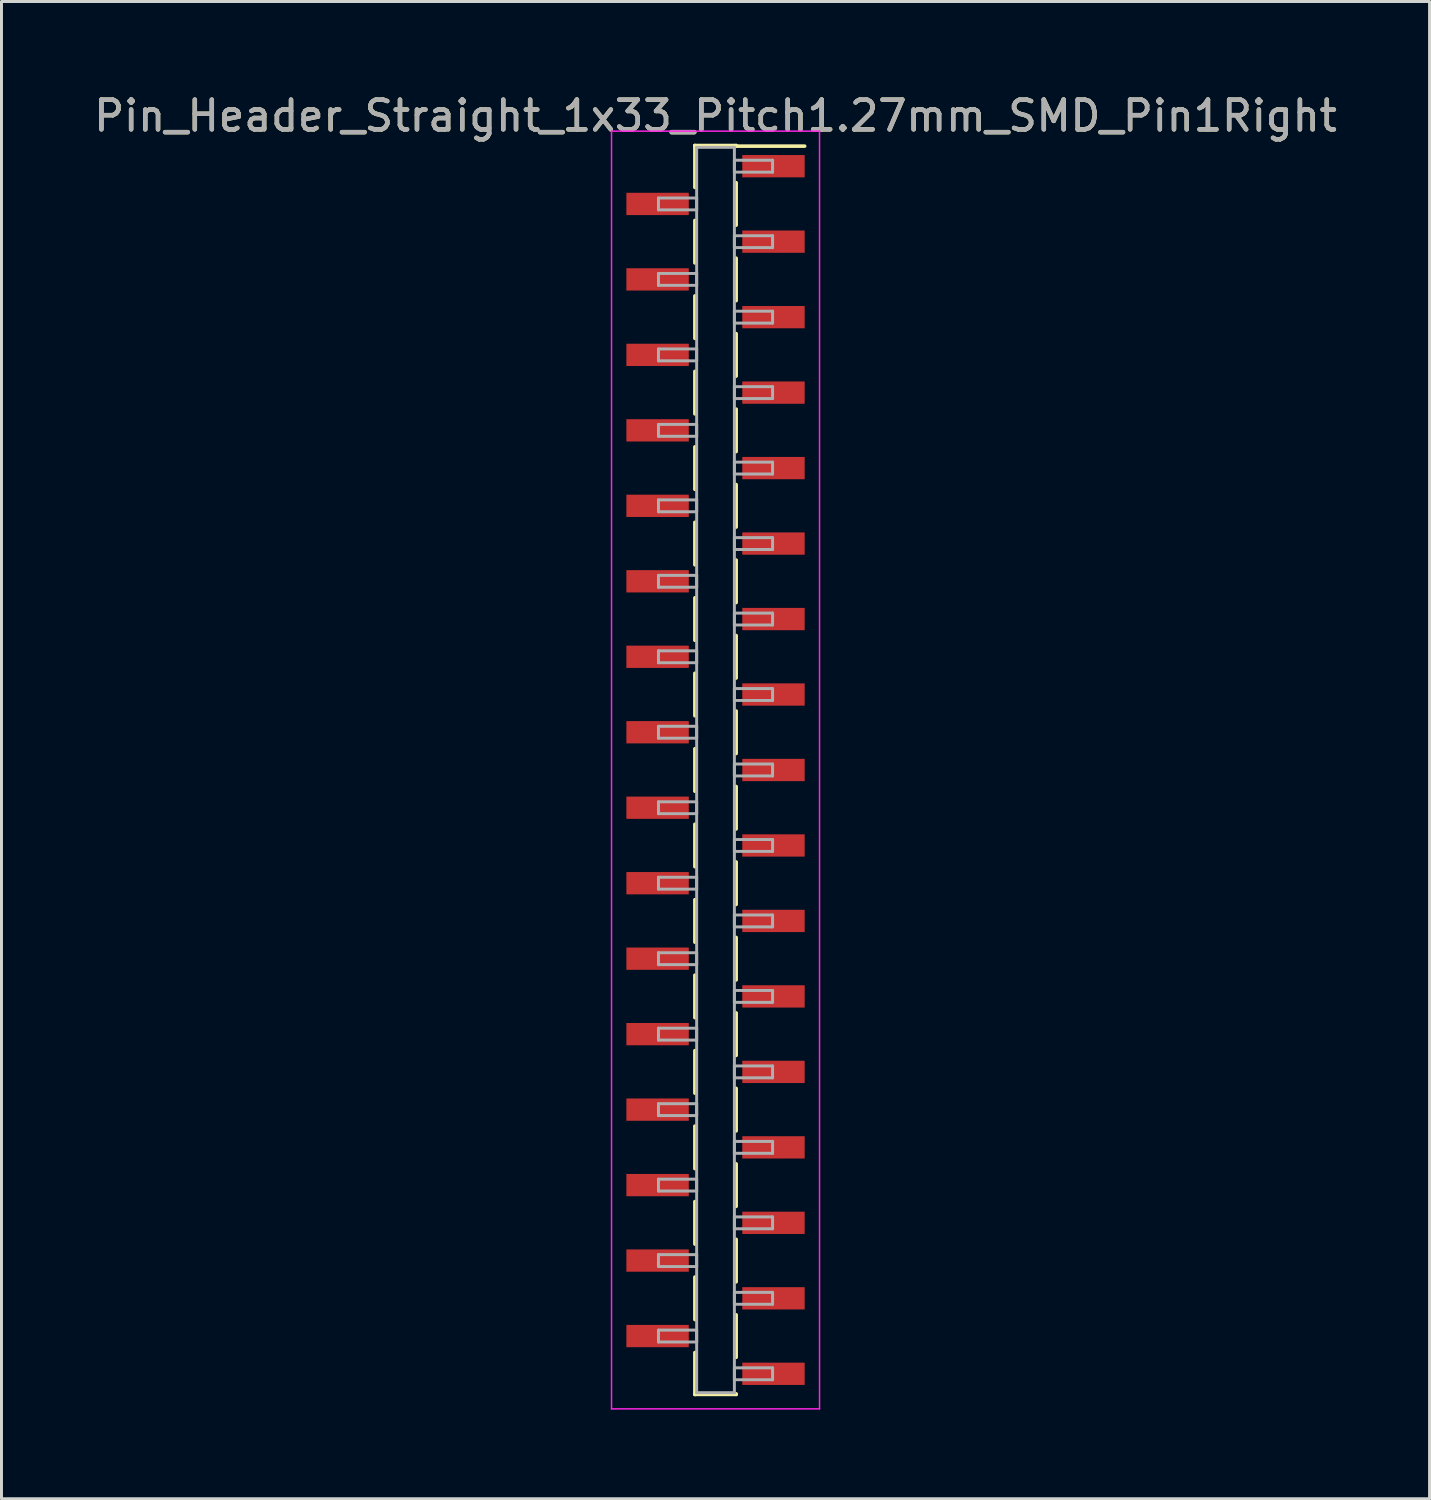
<source format=kicad_pcb>
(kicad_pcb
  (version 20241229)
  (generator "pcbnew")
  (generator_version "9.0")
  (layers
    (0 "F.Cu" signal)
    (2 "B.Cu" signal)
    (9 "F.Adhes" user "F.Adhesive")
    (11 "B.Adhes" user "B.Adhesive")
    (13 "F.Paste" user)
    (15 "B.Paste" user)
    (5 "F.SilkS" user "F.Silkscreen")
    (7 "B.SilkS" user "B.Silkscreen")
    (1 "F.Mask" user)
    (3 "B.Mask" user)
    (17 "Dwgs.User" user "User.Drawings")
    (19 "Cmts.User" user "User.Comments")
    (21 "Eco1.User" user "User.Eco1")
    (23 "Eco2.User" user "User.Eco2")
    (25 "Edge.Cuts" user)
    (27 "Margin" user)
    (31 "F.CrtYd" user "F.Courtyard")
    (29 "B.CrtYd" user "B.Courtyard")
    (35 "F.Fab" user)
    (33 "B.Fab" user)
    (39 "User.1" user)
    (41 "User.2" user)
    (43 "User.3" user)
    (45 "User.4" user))
  (footprint "Pin_Header_Straight_1x33_Pitch1.27mm_SMD_Pin1Right"
    (layer "F.Cu")
    (at 21.03 22.863)
    (property "Reference" "Pin_Header_Straight_1x33_Pitch1.27mm_SMD_Pin1Right" (at 0 -22.015 0) (layer "F.SilkS") (effects (font (size 1 1) (thickness 0.15))))
    (attr smd)
    (fp_line (start -0.695 -21.015) (end -0.695 -19.605) (stroke (width 0.12) (type solid)) (layer "F.SilkS"))
    (fp_line (start -0.695 -21.015) (end 0.695 -21.015) (stroke (width 0.12) (type solid)) (layer "F.SilkS"))
    (fp_line (start -0.695 -20.995) (end -0.695 -21.015) (stroke (width 0.12) (type solid)) (layer "F.SilkS"))
    (fp_line (start -0.695 -18.495) (end -0.695 -17.065) (stroke (width 0.12) (type solid)) (layer "F.SilkS"))
    (fp_line (start -0.695 -15.955) (end -0.695 -14.525) (stroke (width 0.12) (type solid)) (layer "F.SilkS"))
    (fp_line (start -0.695 -13.415) (end -0.695 -11.985) (stroke (width 0.12) (type solid)) (layer "F.SilkS"))
    (fp_line (start -0.695 -10.875) (end -0.695 -9.445) (stroke (width 0.12) (type solid)) (layer "F.SilkS"))
    (fp_line (start -0.695 -8.335) (end -0.695 -6.905) (stroke (width 0.12) (type solid)) (layer "F.SilkS"))
    (fp_line (start -0.695 -5.795) (end -0.695 -4.365) (stroke (width 0.12) (type solid)) (layer "F.SilkS"))
    (fp_line (start -0.695 -3.255) (end -0.695 -1.825) (stroke (width 0.12) (type solid)) (layer "F.SilkS"))
    (fp_line (start -0.695 -0.715) (end -0.695 0.715) (stroke (width 0.12) (type solid)) (layer "F.SilkS"))
    (fp_line (start -0.695 1.825) (end -0.695 3.255) (stroke (width 0.12) (type solid)) (layer "F.SilkS"))
    (fp_line (start -0.695 4.365) (end -0.695 5.795) (stroke (width 0.12) (type solid)) (layer "F.SilkS"))
    (fp_line (start -0.695 6.905) (end -0.695 8.335) (stroke (width 0.12) (type solid)) (layer "F.SilkS"))
    (fp_line (start -0.695 9.445) (end -0.695 10.875) (stroke (width 0.12) (type solid)) (layer "F.SilkS"))
    (fp_line (start -0.695 11.985) (end -0.695 13.415) (stroke (width 0.12) (type solid)) (layer "F.SilkS"))
    (fp_line (start -0.695 14.525) (end -0.695 15.955) (stroke (width 0.12) (type solid)) (layer "F.SilkS"))
    (fp_line (start -0.695 17.065) (end -0.695 18.495) (stroke (width 0.12) (type solid)) (layer "F.SilkS"))
    (fp_line (start -0.695 19.605) (end -0.695 21.015) (stroke (width 0.12) (type solid)) (layer "F.SilkS"))
    (fp_line (start -0.695 20.995) (end -0.695 21.015) (stroke (width 0.12) (type solid)) (layer "F.SilkS"))
    (fp_line (start -0.695 21.015) (end 0.695 21.015) (stroke (width 0.12) (type solid)) (layer "F.SilkS"))
    (fp_line (start 0.695 -21.015) (end 0.695 -20.995) (stroke (width 0.12) (type solid)) (layer "F.SilkS"))
    (fp_line (start 0.695 -20.995) (end 3 -20.995) (stroke (width 0.12) (type solid)) (layer "F.SilkS"))
    (fp_line (start 0.695 -19.765) (end 0.695 -18.335) (stroke (width 0.12) (type solid)) (layer "F.SilkS"))
    (fp_line (start 0.695 -17.225) (end 0.695 -15.795) (stroke (width 0.12) (type solid)) (layer "F.SilkS"))
    (fp_line (start 0.695 -14.685) (end 0.695 -13.255) (stroke (width 0.12) (type solid)) (layer "F.SilkS"))
    (fp_line (start 0.695 -12.145) (end 0.695 -10.715) (stroke (width 0.12) (type solid)) (layer "F.SilkS"))
    (fp_line (start 0.695 -9.605) (end 0.695 -8.175) (stroke (width 0.12) (type solid)) (layer "F.SilkS"))
    (fp_line (start 0.695 -7.065) (end 0.695 -5.635) (stroke (width 0.12) (type solid)) (layer "F.SilkS"))
    (fp_line (start 0.695 -4.525) (end 0.695 -3.095) (stroke (width 0.12) (type solid)) (layer "F.SilkS"))
    (fp_line (start 0.695 -1.985) (end 0.695 -0.555) (stroke (width 0.12) (type solid)) (layer "F.SilkS"))
    (fp_line (start 0.695 0.555) (end 0.695 1.985) (stroke (width 0.12) (type solid)) (layer "F.SilkS"))
    (fp_line (start 0.695 3.095) (end 0.695 4.525) (stroke (width 0.12) (type solid)) (layer "F.SilkS"))
    (fp_line (start 0.695 5.635) (end 0.695 7.065) (stroke (width 0.12) (type solid)) (layer "F.SilkS"))
    (fp_line (start 0.695 8.175) (end 0.695 9.605) (stroke (width 0.12) (type solid)) (layer "F.SilkS"))
    (fp_line (start 0.695 10.715) (end 0.695 12.145) (stroke (width 0.12) (type solid)) (layer "F.SilkS"))
    (fp_line (start 0.695 13.255) (end 0.695 14.685) (stroke (width 0.12) (type solid)) (layer "F.SilkS"))
    (fp_line (start 0.695 15.795) (end 0.695 17.225) (stroke (width 0.12) (type solid)) (layer "F.SilkS"))
    (fp_line (start 0.695 18.335) (end 0.695 19.765) (stroke (width 0.12) (type solid)) (layer "F.SilkS"))
    (fp_line (start 0.695 21.015) (end 0.695 20.995) (stroke (width 0.12) (type solid)) (layer "F.SilkS"))
    (fp_line (start -3.5 -21.5) (end -3.5 21.5) (stroke (width 0.05) (type solid)) (layer "F.CrtYd"))
    (fp_line (start -3.5 21.5) (end 3.5 21.5) (stroke (width 0.05) (type solid)) (layer "F.CrtYd"))
    (fp_line (start 3.5 -21.5) (end -3.5 -21.5) (stroke (width 0.05) (type solid)) (layer "F.CrtYd"))
    (fp_line (start 3.5 21.5) (end 3.5 -21.5) (stroke (width 0.05) (type solid)) (layer "F.CrtYd"))
    (fp_line (start -1.92 -19.25) (end -0.635 -19.25) (stroke (width 0.1) (type solid)) (layer "F.Fab"))
    (fp_line (start -1.92 -18.85) (end -1.92 -19.25) (stroke (width 0.1) (type solid)) (layer "F.Fab"))
    (fp_line (start -1.92 -16.71) (end -0.635 -16.71) (stroke (width 0.1) (type solid)) (layer "F.Fab"))
    (fp_line (start -1.92 -16.31) (end -1.92 -16.71) (stroke (width 0.1) (type solid)) (layer "F.Fab"))
    (fp_line (start -1.92 -14.17) (end -0.635 -14.17) (stroke (width 0.1) (type solid)) (layer "F.Fab"))
    (fp_line (start -1.92 -13.77) (end -1.92 -14.17) (stroke (width 0.1) (type solid)) (layer "F.Fab"))
    (fp_line (start -1.92 -11.63) (end -0.635 -11.63) (stroke (width 0.1) (type solid)) (layer "F.Fab"))
    (fp_line (start -1.92 -11.23) (end -1.92 -11.63) (stroke (width 0.1) (type solid)) (layer "F.Fab"))
    (fp_line (start -1.92 -9.09) (end -0.635 -9.09) (stroke (width 0.1) (type solid)) (layer "F.Fab"))
    (fp_line (start -1.92 -8.69) (end -1.92 -9.09) (stroke (width 0.1) (type solid)) (layer "F.Fab"))
    (fp_line (start -1.92 -6.55) (end -0.635 -6.55) (stroke (width 0.1) (type solid)) (layer "F.Fab"))
    (fp_line (start -1.92 -6.15) (end -1.92 -6.55) (stroke (width 0.1) (type solid)) (layer "F.Fab"))
    (fp_line (start -1.92 -4.01) (end -0.635 -4.01) (stroke (width 0.1) (type solid)) (layer "F.Fab"))
    (fp_line (start -1.92 -3.61) (end -1.92 -4.01) (stroke (width 0.1) (type solid)) (layer "F.Fab"))
    (fp_line (start -1.92 -1.47) (end -0.635 -1.47) (stroke (width 0.1) (type solid)) (layer "F.Fab"))
    (fp_line (start -1.92 -1.07) (end -1.92 -1.47) (stroke (width 0.1) (type solid)) (layer "F.Fab"))
    (fp_line (start -1.92 1.07) (end -0.635 1.07) (stroke (width 0.1) (type solid)) (layer "F.Fab"))
    (fp_line (start -1.92 1.47) (end -1.92 1.07) (stroke (width 0.1) (type solid)) (layer "F.Fab"))
    (fp_line (start -1.92 3.61) (end -0.635 3.61) (stroke (width 0.1) (type solid)) (layer "F.Fab"))
    (fp_line (start -1.92 4.01) (end -1.92 3.61) (stroke (width 0.1) (type solid)) (layer "F.Fab"))
    (fp_line (start -1.92 6.15) (end -0.635 6.15) (stroke (width 0.1) (type solid)) (layer "F.Fab"))
    (fp_line (start -1.92 6.55) (end -1.92 6.15) (stroke (width 0.1) (type solid)) (layer "F.Fab"))
    (fp_line (start -1.92 8.69) (end -0.635 8.69) (stroke (width 0.1) (type solid)) (layer "F.Fab"))
    (fp_line (start -1.92 9.09) (end -1.92 8.69) (stroke (width 0.1) (type solid)) (layer "F.Fab"))
    (fp_line (start -1.92 11.23) (end -0.635 11.23) (stroke (width 0.1) (type solid)) (layer "F.Fab"))
    (fp_line (start -1.92 11.63) (end -1.92 11.23) (stroke (width 0.1) (type solid)) (layer "F.Fab"))
    (fp_line (start -1.92 13.77) (end -0.635 13.77) (stroke (width 0.1) (type solid)) (layer "F.Fab"))
    (fp_line (start -1.92 14.17) (end -1.92 13.77) (stroke (width 0.1) (type solid)) (layer "F.Fab"))
    (fp_line (start -1.92 16.31) (end -0.635 16.31) (stroke (width 0.1) (type solid)) (layer "F.Fab"))
    (fp_line (start -1.92 16.71) (end -1.92 16.31) (stroke (width 0.1) (type solid)) (layer "F.Fab"))
    (fp_line (start -1.92 18.85) (end -0.635 18.85) (stroke (width 0.1) (type solid)) (layer "F.Fab"))
    (fp_line (start -1.92 19.25) (end -1.92 18.85) (stroke (width 0.1) (type solid)) (layer "F.Fab"))
    (fp_line (start -0.635 -20.955) (end -0.635 20.955) (stroke (width 0.1) (type solid)) (layer "F.Fab"))
    (fp_line (start -0.635 -19.25) (end -0.635 -18.85) (stroke (width 0.1) (type solid)) (layer "F.Fab"))
    (fp_line (start -0.635 -18.85) (end -1.92 -18.85) (stroke (width 0.1) (type solid)) (layer "F.Fab"))
    (fp_line (start -0.635 -16.71) (end -0.635 -16.31) (stroke (width 0.1) (type solid)) (layer "F.Fab"))
    (fp_line (start -0.635 -16.31) (end -1.92 -16.31) (stroke (width 0.1) (type solid)) (layer "F.Fab"))
    (fp_line (start -0.635 -14.17) (end -0.635 -13.77) (stroke (width 0.1) (type solid)) (layer "F.Fab"))
    (fp_line (start -0.635 -13.77) (end -1.92 -13.77) (stroke (width 0.1) (type solid)) (layer "F.Fab"))
    (fp_line (start -0.635 -11.63) (end -0.635 -11.23) (stroke (width 0.1) (type solid)) (layer "F.Fab"))
    (fp_line (start -0.635 -11.23) (end -1.92 -11.23) (stroke (width 0.1) (type solid)) (layer "F.Fab"))
    (fp_line (start -0.635 -9.09) (end -0.635 -8.69) (stroke (width 0.1) (type solid)) (layer "F.Fab"))
    (fp_line (start -0.635 -8.69) (end -1.92 -8.69) (stroke (width 0.1) (type solid)) (layer "F.Fab"))
    (fp_line (start -0.635 -6.55) (end -0.635 -6.15) (stroke (width 0.1) (type solid)) (layer "F.Fab"))
    (fp_line (start -0.635 -6.15) (end -1.92 -6.15) (stroke (width 0.1) (type solid)) (layer "F.Fab"))
    (fp_line (start -0.635 -4.01) (end -0.635 -3.61) (stroke (width 0.1) (type solid)) (layer "F.Fab"))
    (fp_line (start -0.635 -3.61) (end -1.92 -3.61) (stroke (width 0.1) (type solid)) (layer "F.Fab"))
    (fp_line (start -0.635 -1.47) (end -0.635 -1.07) (stroke (width 0.1) (type solid)) (layer "F.Fab"))
    (fp_line (start -0.635 -1.07) (end -1.92 -1.07) (stroke (width 0.1) (type solid)) (layer "F.Fab"))
    (fp_line (start -0.635 1.07) (end -0.635 1.47) (stroke (width 0.1) (type solid)) (layer "F.Fab"))
    (fp_line (start -0.635 1.47) (end -1.92 1.47) (stroke (width 0.1) (type solid)) (layer "F.Fab"))
    (fp_line (start -0.635 3.61) (end -0.635 4.01) (stroke (width 0.1) (type solid)) (layer "F.Fab"))
    (fp_line (start -0.635 4.01) (end -1.92 4.01) (stroke (width 0.1) (type solid)) (layer "F.Fab"))
    (fp_line (start -0.635 6.15) (end -0.635 6.55) (stroke (width 0.1) (type solid)) (layer "F.Fab"))
    (fp_line (start -0.635 6.55) (end -1.92 6.55) (stroke (width 0.1) (type solid)) (layer "F.Fab"))
    (fp_line (start -0.635 8.69) (end -0.635 9.09) (stroke (width 0.1) (type solid)) (layer "F.Fab"))
    (fp_line (start -0.635 9.09) (end -1.92 9.09) (stroke (width 0.1) (type solid)) (layer "F.Fab"))
    (fp_line (start -0.635 11.23) (end -0.635 11.63) (stroke (width 0.1) (type solid)) (layer "F.Fab"))
    (fp_line (start -0.635 11.63) (end -1.92 11.63) (stroke (width 0.1) (type solid)) (layer "F.Fab"))
    (fp_line (start -0.635 13.77) (end -0.635 14.17) (stroke (width 0.1) (type solid)) (layer "F.Fab"))
    (fp_line (start -0.635 14.17) (end -1.92 14.17) (stroke (width 0.1) (type solid)) (layer "F.Fab"))
    (fp_line (start -0.635 16.31) (end -0.635 16.71) (stroke (width 0.1) (type solid)) (layer "F.Fab"))
    (fp_line (start -0.635 16.71) (end -1.92 16.71) (stroke (width 0.1) (type solid)) (layer "F.Fab"))
    (fp_line (start -0.635 18.85) (end -0.635 19.25) (stroke (width 0.1) (type solid)) (layer "F.Fab"))
    (fp_line (start -0.635 19.25) (end -1.92 19.25) (stroke (width 0.1) (type solid)) (layer "F.Fab"))
    (fp_line (start -0.635 20.955) (end 0.635 20.955) (stroke (width 0.1) (type solid)) (layer "F.Fab"))
    (fp_line (start 0.635 -20.955) (end -0.635 -20.955) (stroke (width 0.1) (type solid)) (layer "F.Fab"))
    (fp_line (start 0.635 -20.52) (end 0.635 -20.12) (stroke (width 0.1) (type solid)) (layer "F.Fab"))
    (fp_line (start 0.635 -20.12) (end 1.92 -20.12) (stroke (width 0.1) (type solid)) (layer "F.Fab"))
    (fp_line (start 0.635 -17.98) (end 0.635 -17.58) (stroke (width 0.1) (type solid)) (layer "F.Fab"))
    (fp_line (start 0.635 -17.58) (end 1.92 -17.58) (stroke (width 0.1) (type solid)) (layer "F.Fab"))
    (fp_line (start 0.635 -15.44) (end 0.635 -15.04) (stroke (width 0.1) (type solid)) (layer "F.Fab"))
    (fp_line (start 0.635 -15.04) (end 1.92 -15.04) (stroke (width 0.1) (type solid)) (layer "F.Fab"))
    (fp_line (start 0.635 -12.9) (end 0.635 -12.5) (stroke (width 0.1) (type solid)) (layer "F.Fab"))
    (fp_line (start 0.635 -12.5) (end 1.92 -12.5) (stroke (width 0.1) (type solid)) (layer "F.Fab"))
    (fp_line (start 0.635 -10.36) (end 0.635 -9.96) (stroke (width 0.1) (type solid)) (layer "F.Fab"))
    (fp_line (start 0.635 -9.96) (end 1.92 -9.96) (stroke (width 0.1) (type solid)) (layer "F.Fab"))
    (fp_line (start 0.635 -7.82) (end 0.635 -7.42) (stroke (width 0.1) (type solid)) (layer "F.Fab"))
    (fp_line (start 0.635 -7.42) (end 1.92 -7.42) (stroke (width 0.1) (type solid)) (layer "F.Fab"))
    (fp_line (start 0.635 -5.28) (end 0.635 -4.88) (stroke (width 0.1) (type solid)) (layer "F.Fab"))
    (fp_line (start 0.635 -4.88) (end 1.92 -4.88) (stroke (width 0.1) (type solid)) (layer "F.Fab"))
    (fp_line (start 0.635 -2.74) (end 0.635 -2.34) (stroke (width 0.1) (type solid)) (layer "F.Fab"))
    (fp_line (start 0.635 -2.34) (end 1.92 -2.34) (stroke (width 0.1) (type solid)) (layer "F.Fab"))
    (fp_line (start 0.635 -0.2) (end 0.635 0.2) (stroke (width 0.1) (type solid)) (layer "F.Fab"))
    (fp_line (start 0.635 0.2) (end 1.92 0.2) (stroke (width 0.1) (type solid)) (layer "F.Fab"))
    (fp_line (start 0.635 2.34) (end 0.635 2.74) (stroke (width 0.1) (type solid)) (layer "F.Fab"))
    (fp_line (start 0.635 2.74) (end 1.92 2.74) (stroke (width 0.1) (type solid)) (layer "F.Fab"))
    (fp_line (start 0.635 4.88) (end 0.635 5.28) (stroke (width 0.1) (type solid)) (layer "F.Fab"))
    (fp_line (start 0.635 5.28) (end 1.92 5.28) (stroke (width 0.1) (type solid)) (layer "F.Fab"))
    (fp_line (start 0.635 7.42) (end 0.635 7.82) (stroke (width 0.1) (type solid)) (layer "F.Fab"))
    (fp_line (start 0.635 7.82) (end 1.92 7.82) (stroke (width 0.1) (type solid)) (layer "F.Fab"))
    (fp_line (start 0.635 9.96) (end 0.635 10.36) (stroke (width 0.1) (type solid)) (layer "F.Fab"))
    (fp_line (start 0.635 10.36) (end 1.92 10.36) (stroke (width 0.1) (type solid)) (layer "F.Fab"))
    (fp_line (start 0.635 12.5) (end 0.635 12.9) (stroke (width 0.1) (type solid)) (layer "F.Fab"))
    (fp_line (start 0.635 12.9) (end 1.92 12.9) (stroke (width 0.1) (type solid)) (layer "F.Fab"))
    (fp_line (start 0.635 15.04) (end 0.635 15.44) (stroke (width 0.1) (type solid)) (layer "F.Fab"))
    (fp_line (start 0.635 15.44) (end 1.92 15.44) (stroke (width 0.1) (type solid)) (layer "F.Fab"))
    (fp_line (start 0.635 17.58) (end 0.635 17.98) (stroke (width 0.1) (type solid)) (layer "F.Fab"))
    (fp_line (start 0.635 17.98) (end 1.92 17.98) (stroke (width 0.1) (type solid)) (layer "F.Fab"))
    (fp_line (start 0.635 20.12) (end 0.635 20.52) (stroke (width 0.1) (type solid)) (layer "F.Fab"))
    (fp_line (start 0.635 20.52) (end 1.92 20.52) (stroke (width 0.1) (type solid)) (layer "F.Fab"))
    (fp_line (start 0.635 20.955) (end 0.635 -20.955) (stroke (width 0.1) (type solid)) (layer "F.Fab"))
    (fp_line (start 1.92 -20.52) (end 0.635 -20.52) (stroke (width 0.1) (type solid)) (layer "F.Fab"))
    (fp_line (start 1.92 -20.12) (end 1.92 -20.52) (stroke (width 0.1) (type solid)) (layer "F.Fab"))
    (fp_line (start 1.92 -17.98) (end 0.635 -17.98) (stroke (width 0.1) (type solid)) (layer "F.Fab"))
    (fp_line (start 1.92 -17.58) (end 1.92 -17.98) (stroke (width 0.1) (type solid)) (layer "F.Fab"))
    (fp_line (start 1.92 -15.44) (end 0.635 -15.44) (stroke (width 0.1) (type solid)) (layer "F.Fab"))
    (fp_line (start 1.92 -15.04) (end 1.92 -15.44) (stroke (width 0.1) (type solid)) (layer "F.Fab"))
    (fp_line (start 1.92 -12.9) (end 0.635 -12.9) (stroke (width 0.1) (type solid)) (layer "F.Fab"))
    (fp_line (start 1.92 -12.5) (end 1.92 -12.9) (stroke (width 0.1) (type solid)) (layer "F.Fab"))
    (fp_line (start 1.92 -10.36) (end 0.635 -10.36) (stroke (width 0.1) (type solid)) (layer "F.Fab"))
    (fp_line (start 1.92 -9.96) (end 1.92 -10.36) (stroke (width 0.1) (type solid)) (layer "F.Fab"))
    (fp_line (start 1.92 -7.82) (end 0.635 -7.82) (stroke (width 0.1) (type solid)) (layer "F.Fab"))
    (fp_line (start 1.92 -7.42) (end 1.92 -7.82) (stroke (width 0.1) (type solid)) (layer "F.Fab"))
    (fp_line (start 1.92 -5.28) (end 0.635 -5.28) (stroke (width 0.1) (type solid)) (layer "F.Fab"))
    (fp_line (start 1.92 -4.88) (end 1.92 -5.28) (stroke (width 0.1) (type solid)) (layer "F.Fab"))
    (fp_line (start 1.92 -2.74) (end 0.635 -2.74) (stroke (width 0.1) (type solid)) (layer "F.Fab"))
    (fp_line (start 1.92 -2.34) (end 1.92 -2.74) (stroke (width 0.1) (type solid)) (layer "F.Fab"))
    (fp_line (start 1.92 -0.2) (end 0.635 -0.2) (stroke (width 0.1) (type solid)) (layer "F.Fab"))
    (fp_line (start 1.92 0.2) (end 1.92 -0.2) (stroke (width 0.1) (type solid)) (layer "F.Fab"))
    (fp_line (start 1.92 2.34) (end 0.635 2.34) (stroke (width 0.1) (type solid)) (layer "F.Fab"))
    (fp_line (start 1.92 2.74) (end 1.92 2.34) (stroke (width 0.1) (type solid)) (layer "F.Fab"))
    (fp_line (start 1.92 4.88) (end 0.635 4.88) (stroke (width 0.1) (type solid)) (layer "F.Fab"))
    (fp_line (start 1.92 5.28) (end 1.92 4.88) (stroke (width 0.1) (type solid)) (layer "F.Fab"))
    (fp_line (start 1.92 7.42) (end 0.635 7.42) (stroke (width 0.1) (type solid)) (layer "F.Fab"))
    (fp_line (start 1.92 7.82) (end 1.92 7.42) (stroke (width 0.1) (type solid)) (layer "F.Fab"))
    (fp_line (start 1.92 9.96) (end 0.635 9.96) (stroke (width 0.1) (type solid)) (layer "F.Fab"))
    (fp_line (start 1.92 10.36) (end 1.92 9.96) (stroke (width 0.1) (type solid)) (layer "F.Fab"))
    (fp_line (start 1.92 12.5) (end 0.635 12.5) (stroke (width 0.1) (type solid)) (layer "F.Fab"))
    (fp_line (start 1.92 12.9) (end 1.92 12.5) (stroke (width 0.1) (type solid)) (layer "F.Fab"))
    (fp_line (start 1.92 15.04) (end 0.635 15.04) (stroke (width 0.1) (type solid)) (layer "F.Fab"))
    (fp_line (start 1.92 15.44) (end 1.92 15.04) (stroke (width 0.1) (type solid)) (layer "F.Fab"))
    (fp_line (start 1.92 17.58) (end 0.635 17.58) (stroke (width 0.1) (type solid)) (layer "F.Fab"))
    (fp_line (start 1.92 17.98) (end 1.92 17.58) (stroke (width 0.1) (type solid)) (layer "F.Fab"))
    (fp_line (start 1.92 20.12) (end 0.635 20.12) (stroke (width 0.1) (type solid)) (layer "F.Fab"))
    (fp_line (start 1.92 20.52) (end 1.92 20.12) (stroke (width 0.1) (type solid)) (layer "F.Fab"))
    (fp_text user "${REFERENCE}" (at 0 -22.015 0) (layer "F.Fab") (effects (font (size 1 1) (thickness 0.15))))
    (pad "1" smd rect (at 1.95 -20.32) (size 2.1 0.75) (layers "F.Cu" "F.Mask" "F.Paste"))
    (pad "2" smd rect (at -1.95 -19.05) (size 2.1 0.75) (layers "F.Cu" "F.Mask" "F.Paste"))
    (pad "3" smd rect (at 1.95 -17.78) (size 2.1 0.75) (layers "F.Cu" "F.Mask" "F.Paste"))
    (pad "4" smd rect (at -1.95 -16.51) (size 2.1 0.75) (layers "F.Cu" "F.Mask" "F.Paste"))
    (pad "5" smd rect (at 1.95 -15.24) (size 2.1 0.75) (layers "F.Cu" "F.Mask" "F.Paste"))
    (pad "6" smd rect (at -1.95 -13.97) (size 2.1 0.75) (layers "F.Cu" "F.Mask" "F.Paste"))
    (pad "7" smd rect (at 1.95 -12.7) (size 2.1 0.75) (layers "F.Cu" "F.Mask" "F.Paste"))
    (pad "8" smd rect (at -1.95 -11.43) (size 2.1 0.75) (layers "F.Cu" "F.Mask" "F.Paste"))
    (pad "9" smd rect (at 1.95 -10.16) (size 2.1 0.75) (layers "F.Cu" "F.Mask" "F.Paste"))
    (pad "10" smd rect (at -1.95 -8.89) (size 2.1 0.75) (layers "F.Cu" "F.Mask" "F.Paste"))
    (pad "11" smd rect (at 1.95 -7.62) (size 2.1 0.75) (layers "F.Cu" "F.Mask" "F.Paste"))
    (pad "12" smd rect (at -1.95 -6.35) (size 2.1 0.75) (layers "F.Cu" "F.Mask" "F.Paste"))
    (pad "13" smd rect (at 1.95 -5.08) (size 2.1 0.75) (layers "F.Cu" "F.Mask" "F.Paste"))
    (pad "14" smd rect (at -1.95 -3.81) (size 2.1 0.75) (layers "F.Cu" "F.Mask" "F.Paste"))
    (pad "15" smd rect (at 1.95 -2.54) (size 2.1 0.75) (layers "F.Cu" "F.Mask" "F.Paste"))
    (pad "16" smd rect (at -1.95 -1.27) (size 2.1 0.75) (layers "F.Cu" "F.Mask" "F.Paste"))
    (pad "17" smd rect (at 1.95 0) (size 2.1 0.75) (layers "F.Cu" "F.Mask" "F.Paste"))
    (pad "18" smd rect (at -1.95 1.27) (size 2.1 0.75) (layers "F.Cu" "F.Mask" "F.Paste"))
    (pad "19" smd rect (at 1.95 2.54) (size 2.1 0.75) (layers "F.Cu" "F.Mask" "F.Paste"))
    (pad "20" smd rect (at -1.95 3.81) (size 2.1 0.75) (layers "F.Cu" "F.Mask" "F.Paste"))
    (pad "21" smd rect (at 1.95 5.08) (size 2.1 0.75) (layers "F.Cu" "F.Mask" "F.Paste"))
    (pad "22" smd rect (at -1.95 6.35) (size 2.1 0.75) (layers "F.Cu" "F.Mask" "F.Paste"))
    (pad "23" smd rect (at 1.95 7.62) (size 2.1 0.75) (layers "F.Cu" "F.Mask" "F.Paste"))
    (pad "24" smd rect (at -1.95 8.89) (size 2.1 0.75) (layers "F.Cu" "F.Mask" "F.Paste"))
    (pad "25" smd rect (at 1.95 10.16) (size 2.1 0.75) (layers "F.Cu" "F.Mask" "F.Paste"))
    (pad "26" smd rect (at -1.95 11.43) (size 2.1 0.75) (layers "F.Cu" "F.Mask" "F.Paste"))
    (pad "27" smd rect (at 1.95 12.7) (size 2.1 0.75) (layers "F.Cu" "F.Mask" "F.Paste"))
    (pad "28" smd rect (at -1.95 13.97) (size 2.1 0.75) (layers "F.Cu" "F.Mask" "F.Paste"))
    (pad "29" smd rect (at 1.95 15.24) (size 2.1 0.75) (layers "F.Cu" "F.Mask" "F.Paste"))
    (pad "30" smd rect (at -1.95 16.51) (size 2.1 0.75) (layers "F.Cu" "F.Mask" "F.Paste"))
    (pad "31" smd rect (at 1.95 17.78) (size 2.1 0.75) (layers "F.Cu" "F.Mask" "F.Paste"))
    (pad "32" smd rect (at -1.95 19.05) (size 2.1 0.75) (layers "F.Cu" "F.Mask" "F.Paste"))
    (pad "33" smd rect (at 1.95 20.32) (size 2.1 0.75) (layers "F.Cu" "F.Mask" "F.Paste")))
  (gr_rect
    (start -3 -3)
    (end 45.06 47.388)
    (stroke (width 0.1) (type default))
    (fill no)
    (layer "Edge.Cuts")))
</source>
